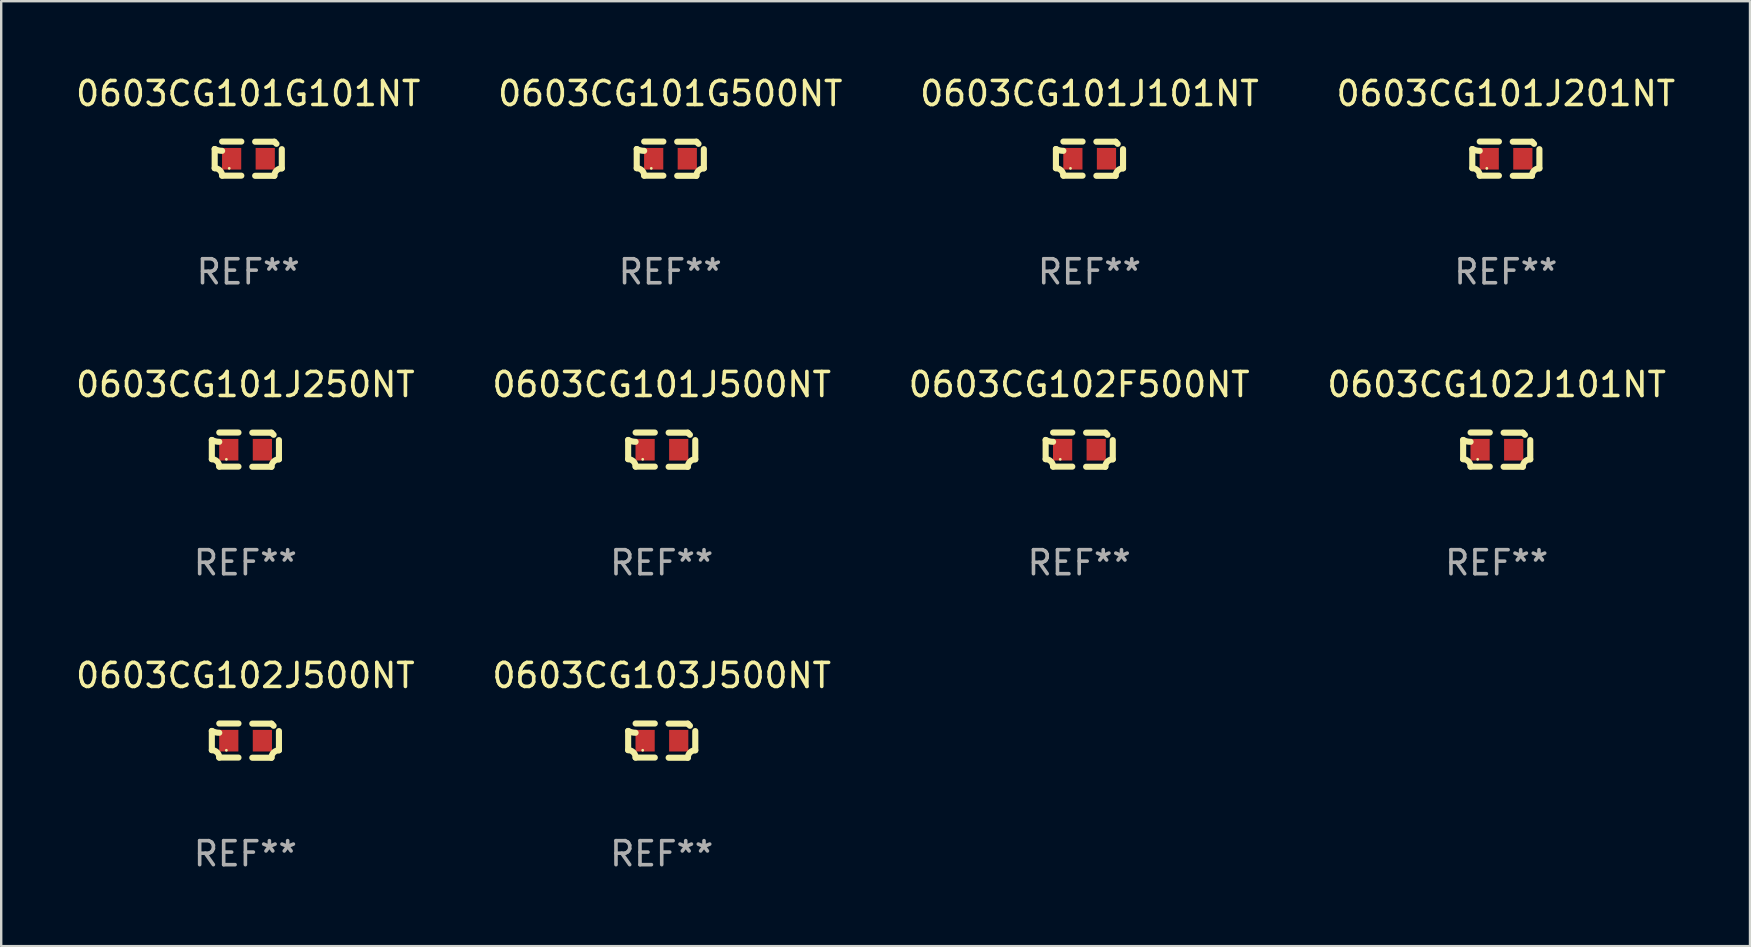
<source format=kicad_pcb>
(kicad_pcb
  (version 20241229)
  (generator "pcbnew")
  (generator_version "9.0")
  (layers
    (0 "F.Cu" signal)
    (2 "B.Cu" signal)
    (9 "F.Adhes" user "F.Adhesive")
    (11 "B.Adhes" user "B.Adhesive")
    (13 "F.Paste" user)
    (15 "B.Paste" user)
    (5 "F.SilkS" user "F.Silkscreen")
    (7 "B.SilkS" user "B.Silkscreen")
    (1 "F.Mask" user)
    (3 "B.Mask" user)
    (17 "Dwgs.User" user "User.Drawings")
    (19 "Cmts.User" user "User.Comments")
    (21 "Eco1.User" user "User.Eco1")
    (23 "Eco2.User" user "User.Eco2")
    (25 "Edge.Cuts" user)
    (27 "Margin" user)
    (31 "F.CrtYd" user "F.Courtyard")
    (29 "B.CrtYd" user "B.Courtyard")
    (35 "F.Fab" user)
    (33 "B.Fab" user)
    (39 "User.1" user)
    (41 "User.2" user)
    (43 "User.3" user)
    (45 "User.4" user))
  (footprint "0603CG102J101NT"
    (layer "F.Cu")
    (at 59.304 15.683)
    (property "Reference" "0603CG102J101NT" (at 0 -2.713 0) (layer "F.SilkS") (effects (font (size 1 1) (thickness 0.15))))
    (attr through_hole)
    (fp_line (start -1.398 -0.403) (end -1.398 0.397) (stroke (width 0.254) (type solid)) (layer "F.SilkS"))
    (fp_line (start -0.288 -0.713) (end -1.088 -0.713) (stroke (width 0.254) (type solid)) (layer "F.SilkS"))
    (fp_line (start -0.288 0.707) (end -1.088 0.707) (stroke (width 0.254) (type solid)) (layer "F.SilkS"))
    (fp_line (start 0.288 -0.707) (end 1.088 -0.707) (stroke (width 0.254) (type solid)) (layer "F.SilkS"))
    (fp_line (start 0.288 0.713) (end 1.088 0.713) (stroke (width 0.254) (type solid)) (layer "F.SilkS"))
    (fp_line (start 1.398 -0.397) (end 1.398 0.403) (stroke (width 0.254) (type solid)) (layer "F.SilkS"))
    (fp_arc (start -1.397789 0.397066) (mid -1.178701 0.487826) (end -1.08796 0.706922) (stroke (width 0.254001) (type solid)) (layer "F.SilkS"))
    (fp_arc (start -1.08796 -0.327176) (mid -1.247436 -0.346384) (end -1.39779 -0.402908) (stroke (width 0.254001) (type solid)) (layer "F.SilkS"))
    (fp_arc (start 1.087909 0.712738) (mid 1.178656 0.493655) (end 1.397739 0.402908) (stroke (width 0.254001) (type solid)) (layer "F.SilkS"))
    (fp_arc (start 1.175925 -0.618926) (mid 1.131917 -0.662923) (end 1.08791 -0.706922) (stroke (width 0.254001) (type solid)) (layer "F.SilkS"))
    (fp_circle (center -0.792 0.403) (end -0.762 0.403) (stroke (width 0.06) (type solid)) (fill no) (layer "F.SilkS"))
    (fp_text user "REF**" (at 0 4.713 0) (layer "F.Fab") (effects (font (size 1 1) (thickness 0.15))))
    (pad "1" smd rect (at -0.692 0.003) (size 0.8 0.9) (layers "F.Cu" "F.Mask" "F.Paste"))
    (pad "2" smd rect (at 0.708 0.003) (size 0.8 0.9) (layers "F.Cu" "F.Mask" "F.Paste")))
  (footprint "0603CG101J201NT"
    (layer "F.Cu")
    (at 59.685 3.561)
    (property "Reference" "0603CG101J201NT" (at 0 -2.713 0) (layer "F.SilkS") (effects (font (size 1 1) (thickness 0.15))))
    (attr through_hole)
    (fp_line (start -1.398 -0.403) (end -1.398 0.397) (stroke (width 0.254) (type solid)) (layer "F.SilkS"))
    (fp_line (start -0.288 -0.713) (end -1.088 -0.713) (stroke (width 0.254) (type solid)) (layer "F.SilkS"))
    (fp_line (start -0.288 0.707) (end -1.088 0.707) (stroke (width 0.254) (type solid)) (layer "F.SilkS"))
    (fp_line (start 0.288 -0.707) (end 1.088 -0.707) (stroke (width 0.254) (type solid)) (layer "F.SilkS"))
    (fp_line (start 0.288 0.713) (end 1.088 0.713) (stroke (width 0.254) (type solid)) (layer "F.SilkS"))
    (fp_line (start 1.398 -0.397) (end 1.398 0.403) (stroke (width 0.254) (type solid)) (layer "F.SilkS"))
    (fp_arc (start -1.397789 0.397066) (mid -1.178701 0.487826) (end -1.08796 0.706922) (stroke (width 0.254001) (type solid)) (layer "F.SilkS"))
    (fp_arc (start -1.08796 -0.327176) (mid -1.247436 -0.346384) (end -1.39779 -0.402908) (stroke (width 0.254001) (type solid)) (layer "F.SilkS"))
    (fp_arc (start 1.087909 0.712738) (mid 1.178656 0.493655) (end 1.397739 0.402908) (stroke (width 0.254001) (type solid)) (layer "F.SilkS"))
    (fp_arc (start 1.175925 -0.618926) (mid 1.131917 -0.662923) (end 1.08791 -0.706922) (stroke (width 0.254001) (type solid)) (layer "F.SilkS"))
    (fp_circle (center -0.792 0.403) (end -0.762 0.403) (stroke (width 0.06) (type solid)) (fill no) (layer "F.SilkS"))
    (fp_text user "REF**" (at 0 4.713 0) (layer "F.Fab") (effects (font (size 1 1) (thickness 0.15))))
    (pad "1" smd rect (at -0.692 0.003) (size 0.8 0.9) (layers "F.Cu" "F.Mask" "F.Paste"))
    (pad "2" smd rect (at 0.708 0.003) (size 0.8 0.9) (layers "F.Cu" "F.Mask" "F.Paste")))
  (footprint "0603CG102J500NT"
    (layer "F.Cu")
    (at 7.173 27.805)
    (property "Reference" "0603CG102J500NT" (at 0 -2.713 0) (layer "F.SilkS") (effects (font (size 1 1) (thickness 0.15))))
    (attr through_hole)
    (fp_line (start -1.398 -0.403) (end -1.398 0.397) (stroke (width 0.254) (type solid)) (layer "F.SilkS"))
    (fp_line (start -0.288 -0.713) (end -1.088 -0.713) (stroke (width 0.254) (type solid)) (layer "F.SilkS"))
    (fp_line (start -0.288 0.707) (end -1.088 0.707) (stroke (width 0.254) (type solid)) (layer "F.SilkS"))
    (fp_line (start 0.288 -0.707) (end 1.088 -0.707) (stroke (width 0.254) (type solid)) (layer "F.SilkS"))
    (fp_line (start 0.288 0.713) (end 1.088 0.713) (stroke (width 0.254) (type solid)) (layer "F.SilkS"))
    (fp_line (start 1.398 -0.397) (end 1.398 0.403) (stroke (width 0.254) (type solid)) (layer "F.SilkS"))
    (fp_arc (start -1.397789 0.397066) (mid -1.178701 0.487826) (end -1.08796 0.706922) (stroke (width 0.254001) (type solid)) (layer "F.SilkS"))
    (fp_arc (start -1.08796 -0.327176) (mid -1.247436 -0.346384) (end -1.39779 -0.402908) (stroke (width 0.254001) (type solid)) (layer "F.SilkS"))
    (fp_arc (start 1.087909 0.712738) (mid 1.178656 0.493655) (end 1.397739 0.402908) (stroke (width 0.254001) (type solid)) (layer "F.SilkS"))
    (fp_arc (start 1.175925 -0.618926) (mid 1.131917 -0.662923) (end 1.08791 -0.706922) (stroke (width 0.254001) (type solid)) (layer "F.SilkS"))
    (fp_circle (center -0.792 0.403) (end -0.762 0.403) (stroke (width 0.06) (type solid)) (fill no) (layer "F.SilkS"))
    (fp_text user "REF**" (at 0 4.713 0) (layer "F.Fab") (effects (font (size 1 1) (thickness 0.15))))
    (pad "1" smd rect (at -0.692 0.003) (size 0.8 0.9) (layers "F.Cu" "F.Mask" "F.Paste"))
    (pad "2" smd rect (at 0.708 0.003) (size 0.8 0.9) (layers "F.Cu" "F.Mask" "F.Paste")))
  (footprint "0603CG101G101NT"
    (layer "F.Cu")
    (at 7.292 3.561)
    (property "Reference" "0603CG101G101NT" (at 0 -2.713 0) (layer "F.SilkS") (effects (font (size 1 1) (thickness 0.15))))
    (attr through_hole)
    (fp_line (start -1.398 -0.403) (end -1.398 0.397) (stroke (width 0.254) (type solid)) (layer "F.SilkS"))
    (fp_line (start -0.288 -0.713) (end -1.088 -0.713) (stroke (width 0.254) (type solid)) (layer "F.SilkS"))
    (fp_line (start -0.288 0.707) (end -1.088 0.707) (stroke (width 0.254) (type solid)) (layer "F.SilkS"))
    (fp_line (start 0.288 -0.707) (end 1.088 -0.707) (stroke (width 0.254) (type solid)) (layer "F.SilkS"))
    (fp_line (start 0.288 0.713) (end 1.088 0.713) (stroke (width 0.254) (type solid)) (layer "F.SilkS"))
    (fp_line (start 1.398 -0.397) (end 1.398 0.403) (stroke (width 0.254) (type solid)) (layer "F.SilkS"))
    (fp_arc (start -1.397789 0.397066) (mid -1.178701 0.487826) (end -1.08796 0.706922) (stroke (width 0.254001) (type solid)) (layer "F.SilkS"))
    (fp_arc (start -1.08796 -0.327176) (mid -1.247436 -0.346384) (end -1.39779 -0.402908) (stroke (width 0.254001) (type solid)) (layer "F.SilkS"))
    (fp_arc (start 1.087909 0.712738) (mid 1.178656 0.493655) (end 1.397739 0.402908) (stroke (width 0.254001) (type solid)) (layer "F.SilkS"))
    (fp_arc (start 1.175925 -0.618926) (mid 1.131917 -0.662923) (end 1.08791 -0.706922) (stroke (width 0.254001) (type solid)) (layer "F.SilkS"))
    (fp_circle (center -0.792 0.403) (end -0.762 0.403) (stroke (width 0.06) (type solid)) (fill no) (layer "F.SilkS"))
    (fp_text user "REF**" (at 0 4.713 0) (layer "F.Fab") (effects (font (size 1 1) (thickness 0.15))))
    (pad "1" smd rect (at -0.692 0.003) (size 0.8 0.9) (layers "F.Cu" "F.Mask" "F.Paste"))
    (pad "2" smd rect (at 0.708 0.003) (size 0.8 0.9) (layers "F.Cu" "F.Mask" "F.Paste")))
  (footprint "0603CG101J101NT"
    (layer "F.Cu")
    (at 42.339 3.561)
    (property "Reference" "0603CG101J101NT" (at 0 -2.713 0) (layer "F.SilkS") (effects (font (size 1 1) (thickness 0.15))))
    (attr through_hole)
    (fp_line (start -1.398 -0.403) (end -1.398 0.397) (stroke (width 0.254) (type solid)) (layer "F.SilkS"))
    (fp_line (start -0.288 -0.713) (end -1.088 -0.713) (stroke (width 0.254) (type solid)) (layer "F.SilkS"))
    (fp_line (start -0.288 0.707) (end -1.088 0.707) (stroke (width 0.254) (type solid)) (layer "F.SilkS"))
    (fp_line (start 0.288 -0.707) (end 1.088 -0.707) (stroke (width 0.254) (type solid)) (layer "F.SilkS"))
    (fp_line (start 0.288 0.713) (end 1.088 0.713) (stroke (width 0.254) (type solid)) (layer "F.SilkS"))
    (fp_line (start 1.398 -0.397) (end 1.398 0.403) (stroke (width 0.254) (type solid)) (layer "F.SilkS"))
    (fp_arc (start -1.397789 0.397066) (mid -1.178701 0.487826) (end -1.08796 0.706922) (stroke (width 0.254001) (type solid)) (layer "F.SilkS"))
    (fp_arc (start -1.08796 -0.327176) (mid -1.247436 -0.346384) (end -1.39779 -0.402908) (stroke (width 0.254001) (type solid)) (layer "F.SilkS"))
    (fp_arc (start 1.087909 0.712738) (mid 1.178656 0.493655) (end 1.397739 0.402908) (stroke (width 0.254001) (type solid)) (layer "F.SilkS"))
    (fp_arc (start 1.175925 -0.618926) (mid 1.131917 -0.662923) (end 1.08791 -0.706922) (stroke (width 0.254001) (type solid)) (layer "F.SilkS"))
    (fp_circle (center -0.792 0.403) (end -0.762 0.403) (stroke (width 0.06) (type solid)) (fill no) (layer "F.SilkS"))
    (fp_text user "REF**" (at 0 4.713 0) (layer "F.Fab") (effects (font (size 1 1) (thickness 0.15))))
    (pad "1" smd rect (at -0.692 0.003) (size 0.8 0.9) (layers "F.Cu" "F.Mask" "F.Paste"))
    (pad "2" smd rect (at 0.708 0.003) (size 0.8 0.9) (layers "F.Cu" "F.Mask" "F.Paste")))
  (footprint "0603CG102F500NT"
    (layer "F.Cu")
    (at 41.911 15.683)
    (property "Reference" "0603CG102F500NT" (at 0 -2.713 0) (layer "F.SilkS") (effects (font (size 1 1) (thickness 0.15))))
    (attr through_hole)
    (fp_line (start -1.398 -0.403) (end -1.398 0.397) (stroke (width 0.254) (type solid)) (layer "F.SilkS"))
    (fp_line (start -0.288 -0.713) (end -1.088 -0.713) (stroke (width 0.254) (type solid)) (layer "F.SilkS"))
    (fp_line (start -0.288 0.707) (end -1.088 0.707) (stroke (width 0.254) (type solid)) (layer "F.SilkS"))
    (fp_line (start 0.288 -0.707) (end 1.088 -0.707) (stroke (width 0.254) (type solid)) (layer "F.SilkS"))
    (fp_line (start 0.288 0.713) (end 1.088 0.713) (stroke (width 0.254) (type solid)) (layer "F.SilkS"))
    (fp_line (start 1.398 -0.397) (end 1.398 0.403) (stroke (width 0.254) (type solid)) (layer "F.SilkS"))
    (fp_arc (start -1.397789 0.397066) (mid -1.178701 0.487826) (end -1.08796 0.706922) (stroke (width 0.254001) (type solid)) (layer "F.SilkS"))
    (fp_arc (start -1.08796 -0.327176) (mid -1.247436 -0.346384) (end -1.39779 -0.402908) (stroke (width 0.254001) (type solid)) (layer "F.SilkS"))
    (fp_arc (start 1.087909 0.712738) (mid 1.178656 0.493655) (end 1.397739 0.402908) (stroke (width 0.254001) (type solid)) (layer "F.SilkS"))
    (fp_arc (start 1.175925 -0.618926) (mid 1.131917 -0.662923) (end 1.08791 -0.706922) (stroke (width 0.254001) (type solid)) (layer "F.SilkS"))
    (fp_circle (center -0.792 0.403) (end -0.762 0.403) (stroke (width 0.06) (type solid)) (fill no) (layer "F.SilkS"))
    (fp_text user "REF**" (at 0 4.713 0) (layer "F.Fab") (effects (font (size 1 1) (thickness 0.15))))
    (pad "1" smd rect (at -0.692 0.003) (size 0.8 0.9) (layers "F.Cu" "F.Mask" "F.Paste"))
    (pad "2" smd rect (at 0.708 0.003) (size 0.8 0.9) (layers "F.Cu" "F.Mask" "F.Paste")))
  (footprint "0603CG101J250NT"
    (layer "F.Cu")
    (at 7.173 15.683)
    (property "Reference" "0603CG101J250NT" (at 0 -2.713 0) (layer "F.SilkS") (effects (font (size 1 1) (thickness 0.15))))
    (attr through_hole)
    (fp_line (start -1.398 -0.403) (end -1.398 0.397) (stroke (width 0.254) (type solid)) (layer "F.SilkS"))
    (fp_line (start -0.288 -0.713) (end -1.088 -0.713) (stroke (width 0.254) (type solid)) (layer "F.SilkS"))
    (fp_line (start -0.288 0.707) (end -1.088 0.707) (stroke (width 0.254) (type solid)) (layer "F.SilkS"))
    (fp_line (start 0.288 -0.707) (end 1.088 -0.707) (stroke (width 0.254) (type solid)) (layer "F.SilkS"))
    (fp_line (start 0.288 0.713) (end 1.088 0.713) (stroke (width 0.254) (type solid)) (layer "F.SilkS"))
    (fp_line (start 1.398 -0.397) (end 1.398 0.403) (stroke (width 0.254) (type solid)) (layer "F.SilkS"))
    (fp_arc (start -1.397789 0.397066) (mid -1.178701 0.487826) (end -1.08796 0.706922) (stroke (width 0.254001) (type solid)) (layer "F.SilkS"))
    (fp_arc (start -1.08796 -0.327176) (mid -1.247436 -0.346384) (end -1.39779 -0.402908) (stroke (width 0.254001) (type solid)) (layer "F.SilkS"))
    (fp_arc (start 1.087909 0.712738) (mid 1.178656 0.493655) (end 1.397739 0.402908) (stroke (width 0.254001) (type solid)) (layer "F.SilkS"))
    (fp_arc (start 1.175925 -0.618926) (mid 1.131917 -0.662923) (end 1.08791 -0.706922) (stroke (width 0.254001) (type solid)) (layer "F.SilkS"))
    (fp_circle (center -0.792 0.403) (end -0.762 0.403) (stroke (width 0.06) (type solid)) (fill no) (layer "F.SilkS"))
    (fp_text user "REF**" (at 0 4.713 0) (layer "F.Fab") (effects (font (size 1 1) (thickness 0.15))))
    (pad "1" smd rect (at -0.692 0.003) (size 0.8 0.9) (layers "F.Cu" "F.Mask" "F.Paste"))
    (pad "2" smd rect (at 0.708 0.003) (size 0.8 0.9) (layers "F.Cu" "F.Mask" "F.Paste")))
  (footprint "0603CG103J500NT"
    (layer "F.Cu")
    (at 24.518 27.805)
    (property "Reference" "0603CG103J500NT" (at 0 -2.713 0) (layer "F.SilkS") (effects (font (size 1 1) (thickness 0.15))))
    (attr through_hole)
    (fp_line (start -1.398 -0.403) (end -1.398 0.397) (stroke (width 0.254) (type solid)) (layer "F.SilkS"))
    (fp_line (start -0.288 -0.713) (end -1.088 -0.713) (stroke (width 0.254) (type solid)) (layer "F.SilkS"))
    (fp_line (start -0.288 0.707) (end -1.088 0.707) (stroke (width 0.254) (type solid)) (layer "F.SilkS"))
    (fp_line (start 0.288 -0.707) (end 1.088 -0.707) (stroke (width 0.254) (type solid)) (layer "F.SilkS"))
    (fp_line (start 0.288 0.713) (end 1.088 0.713) (stroke (width 0.254) (type solid)) (layer "F.SilkS"))
    (fp_line (start 1.398 -0.397) (end 1.398 0.403) (stroke (width 0.254) (type solid)) (layer "F.SilkS"))
    (fp_arc (start -1.397789 0.397066) (mid -1.178701 0.487826) (end -1.08796 0.706922) (stroke (width 0.254001) (type solid)) (layer "F.SilkS"))
    (fp_arc (start -1.08796 -0.327176) (mid -1.247436 -0.346384) (end -1.39779 -0.402908) (stroke (width 0.254001) (type solid)) (layer "F.SilkS"))
    (fp_arc (start 1.087909 0.712738) (mid 1.178656 0.493655) (end 1.397739 0.402908) (stroke (width 0.254001) (type solid)) (layer "F.SilkS"))
    (fp_arc (start 1.175925 -0.618926) (mid 1.131917 -0.662923) (end 1.08791 -0.706922) (stroke (width 0.254001) (type solid)) (layer "F.SilkS"))
    (fp_circle (center -0.792 0.403) (end -0.762 0.403) (stroke (width 0.06) (type solid)) (fill no) (layer "F.SilkS"))
    (fp_text user "REF**" (at 0 4.713 0) (layer "F.Fab") (effects (font (size 1 1) (thickness 0.15))))
    (pad "1" smd rect (at -0.692 0.003) (size 0.8 0.9) (layers "F.Cu" "F.Mask" "F.Paste"))
    (pad "2" smd rect (at 0.708 0.003) (size 0.8 0.9) (layers "F.Cu" "F.Mask" "F.Paste")))
  (footprint "0603CG101G500NT"
    (layer "F.Cu")
    (at 24.875 3.561)
    (property "Reference" "0603CG101G500NT" (at 0 -2.713 0) (layer "F.SilkS") (effects (font (size 1 1) (thickness 0.15))))
    (attr through_hole)
    (fp_line (start -1.398 -0.403) (end -1.398 0.397) (stroke (width 0.254) (type solid)) (layer "F.SilkS"))
    (fp_line (start -0.288 -0.713) (end -1.088 -0.713) (stroke (width 0.254) (type solid)) (layer "F.SilkS"))
    (fp_line (start -0.288 0.707) (end -1.088 0.707) (stroke (width 0.254) (type solid)) (layer "F.SilkS"))
    (fp_line (start 0.288 -0.707) (end 1.088 -0.707) (stroke (width 0.254) (type solid)) (layer "F.SilkS"))
    (fp_line (start 0.288 0.713) (end 1.088 0.713) (stroke (width 0.254) (type solid)) (layer "F.SilkS"))
    (fp_line (start 1.398 -0.397) (end 1.398 0.403) (stroke (width 0.254) (type solid)) (layer "F.SilkS"))
    (fp_arc (start -1.397789 0.397066) (mid -1.178701 0.487826) (end -1.08796 0.706922) (stroke (width 0.254001) (type solid)) (layer "F.SilkS"))
    (fp_arc (start -1.08796 -0.327176) (mid -1.247436 -0.346384) (end -1.39779 -0.402908) (stroke (width 0.254001) (type solid)) (layer "F.SilkS"))
    (fp_arc (start 1.087909 0.712738) (mid 1.178656 0.493655) (end 1.397739 0.402908) (stroke (width 0.254001) (type solid)) (layer "F.SilkS"))
    (fp_arc (start 1.175925 -0.618926) (mid 1.131917 -0.662923) (end 1.08791 -0.706922) (stroke (width 0.254001) (type solid)) (layer "F.SilkS"))
    (fp_circle (center -0.792 0.403) (end -0.762 0.403) (stroke (width 0.06) (type solid)) (fill no) (layer "F.SilkS"))
    (fp_text user "REF**" (at 0 4.713 0) (layer "F.Fab") (effects (font (size 1 1) (thickness 0.15))))
    (pad "1" smd rect (at -0.692 0.003) (size 0.8 0.9) (layers "F.Cu" "F.Mask" "F.Paste"))
    (pad "2" smd rect (at 0.708 0.003) (size 0.8 0.9) (layers "F.Cu" "F.Mask" "F.Paste")))
  (footprint "0603CG101J500NT"
    (layer "F.Cu")
    (at 24.518 15.683)
    (property "Reference" "0603CG101J500NT" (at 0 -2.713 0) (layer "F.SilkS") (effects (font (size 1 1) (thickness 0.15))))
    (attr through_hole)
    (fp_line (start -1.398 -0.403) (end -1.398 0.397) (stroke (width 0.254) (type solid)) (layer "F.SilkS"))
    (fp_line (start -0.288 -0.713) (end -1.088 -0.713) (stroke (width 0.254) (type solid)) (layer "F.SilkS"))
    (fp_line (start -0.288 0.707) (end -1.088 0.707) (stroke (width 0.254) (type solid)) (layer "F.SilkS"))
    (fp_line (start 0.288 -0.707) (end 1.088 -0.707) (stroke (width 0.254) (type solid)) (layer "F.SilkS"))
    (fp_line (start 0.288 0.713) (end 1.088 0.713) (stroke (width 0.254) (type solid)) (layer "F.SilkS"))
    (fp_line (start 1.398 -0.397) (end 1.398 0.403) (stroke (width 0.254) (type solid)) (layer "F.SilkS"))
    (fp_arc (start -1.397789 0.397066) (mid -1.178701 0.487826) (end -1.08796 0.706922) (stroke (width 0.254001) (type solid)) (layer "F.SilkS"))
    (fp_arc (start -1.08796 -0.327176) (mid -1.247436 -0.346384) (end -1.39779 -0.402908) (stroke (width 0.254001) (type solid)) (layer "F.SilkS"))
    (fp_arc (start 1.087909 0.712738) (mid 1.178656 0.493655) (end 1.397739 0.402908) (stroke (width 0.254001) (type solid)) (layer "F.SilkS"))
    (fp_arc (start 1.175925 -0.618926) (mid 1.131917 -0.662923) (end 1.08791 -0.706922) (stroke (width 0.254001) (type solid)) (layer "F.SilkS"))
    (fp_circle (center -0.792 0.403) (end -0.762 0.403) (stroke (width 0.06) (type solid)) (fill no) (layer "F.SilkS"))
    (fp_text user "REF**" (at 0 4.713 0) (layer "F.Fab") (effects (font (size 1 1) (thickness 0.15))))
    (pad "1" smd rect (at -0.692 0.003) (size 0.8 0.9) (layers "F.Cu" "F.Mask" "F.Paste"))
    (pad "2" smd rect (at 0.708 0.003) (size 0.8 0.9) (layers "F.Cu" "F.Mask" "F.Paste")))
  (gr_rect
    (start -3 -3)
    (end 69.857 36.366)
    (stroke (width 0.1) (type default))
    (fill no)
    (layer "Edge.Cuts")))
</source>
